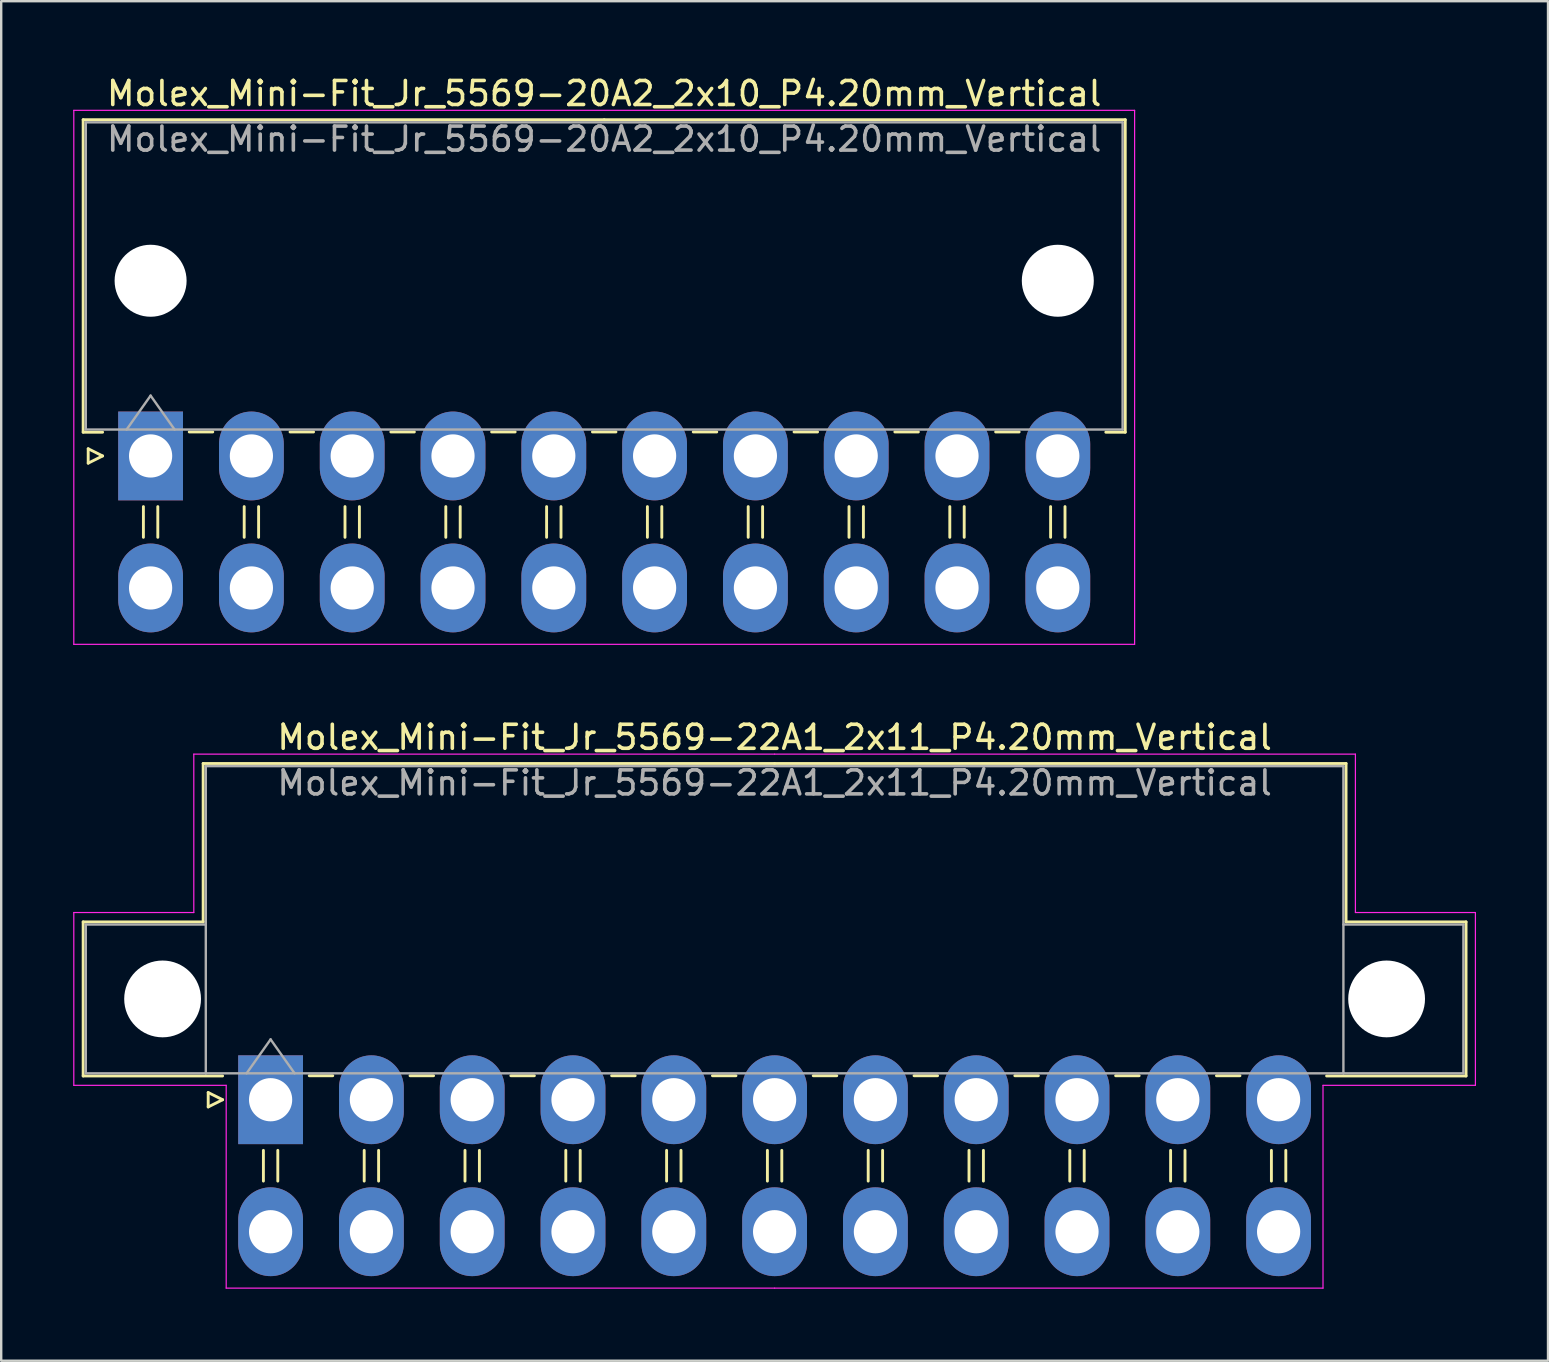
<source format=kicad_pcb>
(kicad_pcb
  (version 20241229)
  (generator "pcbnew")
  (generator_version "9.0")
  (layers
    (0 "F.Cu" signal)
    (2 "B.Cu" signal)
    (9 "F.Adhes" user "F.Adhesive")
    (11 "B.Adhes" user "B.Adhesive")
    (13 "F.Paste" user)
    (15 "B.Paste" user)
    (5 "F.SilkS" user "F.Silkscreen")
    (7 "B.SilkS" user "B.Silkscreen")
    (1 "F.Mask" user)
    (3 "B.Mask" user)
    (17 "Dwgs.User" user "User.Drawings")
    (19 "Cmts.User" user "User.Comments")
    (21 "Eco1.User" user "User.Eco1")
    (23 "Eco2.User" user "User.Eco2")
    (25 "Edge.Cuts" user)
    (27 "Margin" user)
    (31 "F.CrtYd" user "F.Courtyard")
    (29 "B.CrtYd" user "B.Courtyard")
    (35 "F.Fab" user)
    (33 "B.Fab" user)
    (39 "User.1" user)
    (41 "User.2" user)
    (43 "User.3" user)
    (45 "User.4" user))
  (footprint "Molex_Mini-Fit_Jr_5569-22A1_2x11_P4.20mm_Vertical"
    (layer "F.Cu")
    (at 8.225 42.772)
    (property "Reference" "Molex_Mini-Fit_Jr_5569-22A1_2x11_P4.20mm_Vertical" (at 21 -15.1 0) (layer "F.SilkS") (effects (font (size 1 1) (thickness 0.15))))
    (attr through_hole)
    (fp_line (start -7.81 -7.41) (end -7.81 -0.99) (stroke (width 0.12) (type solid)) (layer "F.SilkS"))
    (fp_line (start -7.81 -0.99) (end -2 -0.99) (stroke (width 0.12) (type solid)) (layer "F.SilkS"))
    (fp_line (start -2.81 -14.01) (end -2.81 -7.41) (stroke (width 0.12) (type solid)) (layer "F.SilkS"))
    (fp_line (start -2.81 -7.41) (end -7.81 -7.41) (stroke (width 0.12) (type solid)) (layer "F.SilkS"))
    (fp_line (start -2.6 -0.3) (end -2 0) (stroke (width 0.12) (type solid)) (layer "F.SilkS"))
    (fp_line (start -2.6 0.3) (end -2.6 -0.3) (stroke (width 0.12) (type solid)) (layer "F.SilkS"))
    (fp_line (start -2 0) (end -2.6 0.3) (stroke (width 0.12) (type solid)) (layer "F.SilkS"))
    (fp_line (start -0.3 2.11) (end -0.3 3.39) (stroke (width 0.12) (type solid)) (layer "F.SilkS"))
    (fp_line (start 0.3 2.11) (end 0.3 3.39) (stroke (width 0.12) (type solid)) (layer "F.SilkS"))
    (fp_line (start 1.61 -1) (end 2.59 -1) (stroke (width 0.12) (type solid)) (layer "F.SilkS"))
    (fp_line (start 3.9 2.11) (end 3.9 3.39) (stroke (width 0.12) (type solid)) (layer "F.SilkS"))
    (fp_line (start 4.5 2.11) (end 4.5 3.39) (stroke (width 0.12) (type solid)) (layer "F.SilkS"))
    (fp_line (start 5.81 -1) (end 6.79 -1) (stroke (width 0.12) (type solid)) (layer "F.SilkS"))
    (fp_line (start 8.1 2.11) (end 8.1 3.39) (stroke (width 0.12) (type solid)) (layer "F.SilkS"))
    (fp_line (start 8.7 2.11) (end 8.7 3.39) (stroke (width 0.12) (type solid)) (layer "F.SilkS"))
    (fp_line (start 10.01 -1) (end 10.99 -1) (stroke (width 0.12) (type solid)) (layer "F.SilkS"))
    (fp_line (start 12.3 2.11) (end 12.3 3.39) (stroke (width 0.12) (type solid)) (layer "F.SilkS"))
    (fp_line (start 12.9 2.11) (end 12.9 3.39) (stroke (width 0.12) (type solid)) (layer "F.SilkS"))
    (fp_line (start 14.21 -1) (end 15.19 -1) (stroke (width 0.12) (type solid)) (layer "F.SilkS"))
    (fp_line (start 16.5 2.11) (end 16.5 3.39) (stroke (width 0.12) (type solid)) (layer "F.SilkS"))
    (fp_line (start 17.1 2.11) (end 17.1 3.39) (stroke (width 0.12) (type solid)) (layer "F.SilkS"))
    (fp_line (start 18.41 -1) (end 19.39 -1) (stroke (width 0.12) (type solid)) (layer "F.SilkS"))
    (fp_line (start 20.7 2.11) (end 20.7 3.39) (stroke (width 0.12) (type solid)) (layer "F.SilkS"))
    (fp_line (start 21 -14.01) (end -2.81 -14.01) (stroke (width 0.12) (type solid)) (layer "F.SilkS"))
    (fp_line (start 21 -14.01) (end 44.81 -14.01) (stroke (width 0.12) (type solid)) (layer "F.SilkS"))
    (fp_line (start 21.3 2.11) (end 21.3 3.39) (stroke (width 0.12) (type solid)) (layer "F.SilkS"))
    (fp_line (start 22.61 -1) (end 23.59 -1) (stroke (width 0.12) (type solid)) (layer "F.SilkS"))
    (fp_line (start 24.9 2.11) (end 24.9 3.39) (stroke (width 0.12) (type solid)) (layer "F.SilkS"))
    (fp_line (start 25.5 2.11) (end 25.5 3.39) (stroke (width 0.12) (type solid)) (layer "F.SilkS"))
    (fp_line (start 26.81 -1) (end 27.79 -1) (stroke (width 0.12) (type solid)) (layer "F.SilkS"))
    (fp_line (start 29.1 2.11) (end 29.1 3.39) (stroke (width 0.12) (type solid)) (layer "F.SilkS"))
    (fp_line (start 29.7 2.11) (end 29.7 3.39) (stroke (width 0.12) (type solid)) (layer "F.SilkS"))
    (fp_line (start 31.01 -1) (end 31.99 -1) (stroke (width 0.12) (type solid)) (layer "F.SilkS"))
    (fp_line (start 33.3 2.11) (end 33.3 3.39) (stroke (width 0.12) (type solid)) (layer "F.SilkS"))
    (fp_line (start 33.9 2.11) (end 33.9 3.39) (stroke (width 0.12) (type solid)) (layer "F.SilkS"))
    (fp_line (start 35.21 -1) (end 36.19 -1) (stroke (width 0.12) (type solid)) (layer "F.SilkS"))
    (fp_line (start 37.5 2.11) (end 37.5 3.39) (stroke (width 0.12) (type solid)) (layer "F.SilkS"))
    (fp_line (start 38.1 2.11) (end 38.1 3.39) (stroke (width 0.12) (type solid)) (layer "F.SilkS"))
    (fp_line (start 39.41 -1) (end 40.39 -1) (stroke (width 0.12) (type solid)) (layer "F.SilkS"))
    (fp_line (start 41.7 2.11) (end 41.7 3.39) (stroke (width 0.12) (type solid)) (layer "F.SilkS"))
    (fp_line (start 42.3 2.11) (end 42.3 3.39) (stroke (width 0.12) (type solid)) (layer "F.SilkS"))
    (fp_line (start 44.81 -14.01) (end 44.81 -7.41) (stroke (width 0.12) (type solid)) (layer "F.SilkS"))
    (fp_line (start 44.81 -7.41) (end 49.81 -7.41) (stroke (width 0.12) (type solid)) (layer "F.SilkS"))
    (fp_line (start 49.81 -7.41) (end 49.81 -0.99) (stroke (width 0.12) (type solid)) (layer "F.SilkS"))
    (fp_line (start 49.81 -0.99) (end 44 -0.99) (stroke (width 0.12) (type solid)) (layer "F.SilkS"))
    (fp_line (start -8.2 -7.8) (end -8.2 -0.6) (stroke (width 0.05) (type solid)) (layer "F.CrtYd"))
    (fp_line (start -8.2 -0.6) (end -1.85 -0.6) (stroke (width 0.05) (type solid)) (layer "F.CrtYd"))
    (fp_line (start -3.2 -14.4) (end -3.2 -7.8) (stroke (width 0.05) (type solid)) (layer "F.CrtYd"))
    (fp_line (start -3.2 -7.8) (end -8.2 -7.8) (stroke (width 0.05) (type solid)) (layer "F.CrtYd"))
    (fp_line (start -1.85 -0.6) (end -1.85 7.85) (stroke (width 0.05) (type solid)) (layer "F.CrtYd"))
    (fp_line (start -1.85 7.85) (end 21 7.85) (stroke (width 0.05) (type solid)) (layer "F.CrtYd"))
    (fp_line (start 21 -14.4) (end -3.2 -14.4) (stroke (width 0.05) (type solid)) (layer "F.CrtYd"))
    (fp_line (start 21 -14.4) (end 45.2 -14.4) (stroke (width 0.05) (type solid)) (layer "F.CrtYd"))
    (fp_line (start 43.85 -0.6) (end 43.85 7.85) (stroke (width 0.05) (type solid)) (layer "F.CrtYd"))
    (fp_line (start 43.85 7.85) (end 21 7.85) (stroke (width 0.05) (type solid)) (layer "F.CrtYd"))
    (fp_line (start 45.2 -14.4) (end 45.2 -7.8) (stroke (width 0.05) (type solid)) (layer "F.CrtYd"))
    (fp_line (start 45.2 -7.8) (end 50.2 -7.8) (stroke (width 0.05) (type solid)) (layer "F.CrtYd"))
    (fp_line (start 50.2 -7.8) (end 50.2 -0.6) (stroke (width 0.05) (type solid)) (layer "F.CrtYd"))
    (fp_line (start 50.2 -0.6) (end 43.85 -0.6) (stroke (width 0.05) (type solid)) (layer "F.CrtYd"))
    (fp_line (start -7.7 -7.3) (end -7.7 -1.1) (stroke (width 0.1) (type solid)) (layer "F.Fab"))
    (fp_line (start -7.7 -1.1) (end -2.7 -1.1) (stroke (width 0.1) (type solid)) (layer "F.Fab"))
    (fp_line (start -2.7 -13.9) (end -2.7 -1.1) (stroke (width 0.1) (type solid)) (layer "F.Fab"))
    (fp_line (start -2.7 -7.3) (end -7.7 -7.3) (stroke (width 0.1) (type solid)) (layer "F.Fab"))
    (fp_line (start -2.7 -1.1) (end 44.7 -1.1) (stroke (width 0.1) (type solid)) (layer "F.Fab"))
    (fp_line (start -1 -1.1) (end 0 -2.514) (stroke (width 0.1) (type solid)) (layer "F.Fab"))
    (fp_line (start 0 -2.514) (end 1 -1.1) (stroke (width 0.1) (type solid)) (layer "F.Fab"))
    (fp_line (start 44.7 -13.9) (end -2.7 -13.9) (stroke (width 0.1) (type solid)) (layer "F.Fab"))
    (fp_line (start 44.7 -7.3) (end 49.7 -7.3) (stroke (width 0.1) (type solid)) (layer "F.Fab"))
    (fp_line (start 44.7 -1.1) (end 44.7 -13.9) (stroke (width 0.1) (type solid)) (layer "F.Fab"))
    (fp_line (start 49.7 -7.3) (end 49.7 -1.1) (stroke (width 0.1) (type solid)) (layer "F.Fab"))
    (fp_line (start 49.7 -1.1) (end 44.7 -1.1) (stroke (width 0.1) (type solid)) (layer "F.Fab"))
    (fp_text user "${REFERENCE}" (at 21 -13.2 0) (layer "F.Fab") (effects (font (size 1 1) (thickness 0.15))))
    (pad "" np_thru_hole circle (at -4.5 -4.2) (size 3.2 3.2) (drill 3.2) (layers "*.Cu" "*.Mask"))
    (pad "" np_thru_hole circle (at 46.5 -4.2) (size 3.2 3.2) (drill 3.2) (layers "*.Cu" "*.Mask"))
    (pad "1" thru_hole rect (at 0 0) (size 2.7 3.7) (drill 1.8) (layers "*.Cu" "*.Mask"))
    (pad "2" thru_hole oval (at 4.2 0) (size 2.7 3.7) (drill 1.8) (layers "*.Cu" "*.Mask"))
    (pad "3" thru_hole oval (at 8.4 0) (size 2.7 3.7) (drill 1.8) (layers "*.Cu" "*.Mask"))
    (pad "4" thru_hole oval (at 12.6 0) (size 2.7 3.7) (drill 1.8) (layers "*.Cu" "*.Mask"))
    (pad "5" thru_hole oval (at 16.8 0) (size 2.7 3.7) (drill 1.8) (layers "*.Cu" "*.Mask"))
    (pad "6" thru_hole oval (at 21 0) (size 2.7 3.7) (drill 1.8) (layers "*.Cu" "*.Mask"))
    (pad "7" thru_hole oval (at 25.2 0) (size 2.7 3.7) (drill 1.8) (layers "*.Cu" "*.Mask"))
    (pad "8" thru_hole oval (at 29.4 0) (size 2.7 3.7) (drill 1.8) (layers "*.Cu" "*.Mask"))
    (pad "9" thru_hole oval (at 33.6 0) (size 2.7 3.7) (drill 1.8) (layers "*.Cu" "*.Mask"))
    (pad "10" thru_hole oval (at 37.8 0) (size 2.7 3.7) (drill 1.8) (layers "*.Cu" "*.Mask"))
    (pad "11" thru_hole oval (at 42 0) (size 2.7 3.7) (drill 1.8) (layers "*.Cu" "*.Mask"))
    (pad "12" thru_hole oval (at 0 5.5) (size 2.7 3.7) (drill 1.8) (layers "*.Cu" "*.Mask"))
    (pad "13" thru_hole oval (at 4.2 5.5) (size 2.7 3.7) (drill 1.8) (layers "*.Cu" "*.Mask"))
    (pad "14" thru_hole oval (at 8.4 5.5) (size 2.7 3.7) (drill 1.8) (layers "*.Cu" "*.Mask"))
    (pad "15" thru_hole oval (at 12.6 5.5) (size 2.7 3.7) (drill 1.8) (layers "*.Cu" "*.Mask"))
    (pad "16" thru_hole oval (at 16.8 5.5) (size 2.7 3.7) (drill 1.8) (layers "*.Cu" "*.Mask"))
    (pad "17" thru_hole oval (at 21 5.5) (size 2.7 3.7) (drill 1.8) (layers "*.Cu" "*.Mask"))
    (pad "18" thru_hole oval (at 25.2 5.5) (size 2.7 3.7) (drill 1.8) (layers "*.Cu" "*.Mask"))
    (pad "19" thru_hole oval (at 29.4 5.5) (size 2.7 3.7) (drill 1.8) (layers "*.Cu" "*.Mask"))
    (pad "20" thru_hole oval (at 33.6 5.5) (size 2.7 3.7) (drill 1.8) (layers "*.Cu" "*.Mask"))
    (pad "21" thru_hole oval (at 37.8 5.5) (size 2.7 3.7) (drill 1.8) (layers "*.Cu" "*.Mask"))
    (pad "22" thru_hole oval (at 42 5.5) (size 2.7 3.7) (drill 1.8) (layers "*.Cu" "*.Mask")))
  (footprint "Molex_Mini-Fit_Jr_5569-20A2_2x10_P4.20mm_Vertical"
    (layer "F.Cu")
    (at 3.225 15.948)
    (property "Reference" "Molex_Mini-Fit_Jr_5569-20A2_2x10_P4.20mm_Vertical" (at 18.9 -15.1 0) (layer "F.SilkS") (effects (font (size 1 1) (thickness 0.15))))
    (attr through_hole)
    (fp_line (start -2.81 -14.01) (end 18.9 -14.01) (stroke (width 0.12) (type solid)) (layer "F.SilkS"))
    (fp_line (start -2.81 -0.99) (end -2.81 -14.01) (stroke (width 0.12) (type solid)) (layer "F.SilkS"))
    (fp_line (start -2.6 -0.3) (end -2 0) (stroke (width 0.12) (type solid)) (layer "F.SilkS"))
    (fp_line (start -2.6 0.3) (end -2.6 -0.3) (stroke (width 0.12) (type solid)) (layer "F.SilkS"))
    (fp_line (start -2 -0.99) (end -2.81 -0.99) (stroke (width 0.12) (type solid)) (layer "F.SilkS"))
    (fp_line (start -2 0) (end -2.6 0.3) (stroke (width 0.12) (type solid)) (layer "F.SilkS"))
    (fp_line (start -0.3 2.11) (end -0.3 3.39) (stroke (width 0.12) (type solid)) (layer "F.SilkS"))
    (fp_line (start 0.3 2.11) (end 0.3 3.39) (stroke (width 0.12) (type solid)) (layer "F.SilkS"))
    (fp_line (start 1.61 -1) (end 2.59 -1) (stroke (width 0.12) (type solid)) (layer "F.SilkS"))
    (fp_line (start 3.9 2.11) (end 3.9 3.39) (stroke (width 0.12) (type solid)) (layer "F.SilkS"))
    (fp_line (start 4.5 2.11) (end 4.5 3.39) (stroke (width 0.12) (type solid)) (layer "F.SilkS"))
    (fp_line (start 5.81 -1) (end 6.79 -1) (stroke (width 0.12) (type solid)) (layer "F.SilkS"))
    (fp_line (start 8.1 2.11) (end 8.1 3.39) (stroke (width 0.12) (type solid)) (layer "F.SilkS"))
    (fp_line (start 8.7 2.11) (end 8.7 3.39) (stroke (width 0.12) (type solid)) (layer "F.SilkS"))
    (fp_line (start 10.01 -1) (end 10.99 -1) (stroke (width 0.12) (type solid)) (layer "F.SilkS"))
    (fp_line (start 12.3 2.11) (end 12.3 3.39) (stroke (width 0.12) (type solid)) (layer "F.SilkS"))
    (fp_line (start 12.9 2.11) (end 12.9 3.39) (stroke (width 0.12) (type solid)) (layer "F.SilkS"))
    (fp_line (start 14.21 -1) (end 15.19 -1) (stroke (width 0.12) (type solid)) (layer "F.SilkS"))
    (fp_line (start 16.5 2.11) (end 16.5 3.39) (stroke (width 0.12) (type solid)) (layer "F.SilkS"))
    (fp_line (start 17.1 2.11) (end 17.1 3.39) (stroke (width 0.12) (type solid)) (layer "F.SilkS"))
    (fp_line (start 18.41 -1) (end 19.39 -1) (stroke (width 0.12) (type solid)) (layer "F.SilkS"))
    (fp_line (start 20.7 2.11) (end 20.7 3.39) (stroke (width 0.12) (type solid)) (layer "F.SilkS"))
    (fp_line (start 21.3 2.11) (end 21.3 3.39) (stroke (width 0.12) (type solid)) (layer "F.SilkS"))
    (fp_line (start 22.61 -1) (end 23.59 -1) (stroke (width 0.12) (type solid)) (layer "F.SilkS"))
    (fp_line (start 24.9 2.11) (end 24.9 3.39) (stroke (width 0.12) (type solid)) (layer "F.SilkS"))
    (fp_line (start 25.5 2.11) (end 25.5 3.39) (stroke (width 0.12) (type solid)) (layer "F.SilkS"))
    (fp_line (start 26.81 -1) (end 27.79 -1) (stroke (width 0.12) (type solid)) (layer "F.SilkS"))
    (fp_line (start 29.1 2.11) (end 29.1 3.39) (stroke (width 0.12) (type solid)) (layer "F.SilkS"))
    (fp_line (start 29.7 2.11) (end 29.7 3.39) (stroke (width 0.12) (type solid)) (layer "F.SilkS"))
    (fp_line (start 31.01 -1) (end 31.99 -1) (stroke (width 0.12) (type solid)) (layer "F.SilkS"))
    (fp_line (start 33.3 2.11) (end 33.3 3.39) (stroke (width 0.12) (type solid)) (layer "F.SilkS"))
    (fp_line (start 33.9 2.11) (end 33.9 3.39) (stroke (width 0.12) (type solid)) (layer "F.SilkS"))
    (fp_line (start 35.21 -1) (end 36.19 -1) (stroke (width 0.12) (type solid)) (layer "F.SilkS"))
    (fp_line (start 37.5 2.11) (end 37.5 3.39) (stroke (width 0.12) (type solid)) (layer "F.SilkS"))
    (fp_line (start 38.1 2.11) (end 38.1 3.39) (stroke (width 0.12) (type solid)) (layer "F.SilkS"))
    (fp_line (start 39.8 -0.99) (end 40.61 -0.99) (stroke (width 0.12) (type solid)) (layer "F.SilkS"))
    (fp_line (start 40.61 -14.01) (end 18.9 -14.01) (stroke (width 0.12) (type solid)) (layer "F.SilkS"))
    (fp_line (start 40.61 -0.99) (end 40.61 -14.01) (stroke (width 0.12) (type solid)) (layer "F.SilkS"))
    (fp_line (start -3.2 -14.4) (end -3.2 7.85) (stroke (width 0.05) (type solid)) (layer "F.CrtYd"))
    (fp_line (start -3.2 7.85) (end 41 7.85) (stroke (width 0.05) (type solid)) (layer "F.CrtYd"))
    (fp_line (start 41 -14.4) (end -3.2 -14.4) (stroke (width 0.05) (type solid)) (layer "F.CrtYd"))
    (fp_line (start 41 7.85) (end 41 -14.4) (stroke (width 0.05) (type solid)) (layer "F.CrtYd"))
    (fp_line (start -2.7 -13.9) (end -2.7 -1.1) (stroke (width 0.1) (type solid)) (layer "F.Fab"))
    (fp_line (start -2.7 -1.1) (end 40.5 -1.1) (stroke (width 0.1) (type solid)) (layer "F.Fab"))
    (fp_line (start -1 -1.1) (end 0 -2.514) (stroke (width 0.1) (type solid)) (layer "F.Fab"))
    (fp_line (start 0 -2.514) (end 1 -1.1) (stroke (width 0.1) (type solid)) (layer "F.Fab"))
    (fp_line (start 40.5 -13.9) (end -2.7 -13.9) (stroke (width 0.1) (type solid)) (layer "F.Fab"))
    (fp_line (start 40.5 -1.1) (end 40.5 -13.9) (stroke (width 0.1) (type solid)) (layer "F.Fab"))
    (fp_text user "${REFERENCE}" (at 18.9 -13.2 0) (layer "F.Fab") (effects (font (size 1 1) (thickness 0.15))))
    (pad "" np_thru_hole circle (at 0 -7.3) (size 3 3) (drill 3) (layers "*.Cu" "*.Mask"))
    (pad "" np_thru_hole circle (at 37.8 -7.3) (size 3 3) (drill 3) (layers "*.Cu" "*.Mask"))
    (pad "1" thru_hole rect (at 0 0) (size 2.7 3.7) (drill 1.8) (layers "*.Cu" "*.Mask"))
    (pad "2" thru_hole oval (at 4.2 0) (size 2.7 3.7) (drill 1.8) (layers "*.Cu" "*.Mask"))
    (pad "3" thru_hole oval (at 8.4 0) (size 2.7 3.7) (drill 1.8) (layers "*.Cu" "*.Mask"))
    (pad "4" thru_hole oval (at 12.6 0) (size 2.7 3.7) (drill 1.8) (layers "*.Cu" "*.Mask"))
    (pad "5" thru_hole oval (at 16.8 0) (size 2.7 3.7) (drill 1.8) (layers "*.Cu" "*.Mask"))
    (pad "6" thru_hole oval (at 21 0) (size 2.7 3.7) (drill 1.8) (layers "*.Cu" "*.Mask"))
    (pad "7" thru_hole oval (at 25.2 0) (size 2.7 3.7) (drill 1.8) (layers "*.Cu" "*.Mask"))
    (pad "8" thru_hole oval (at 29.4 0) (size 2.7 3.7) (drill 1.8) (layers "*.Cu" "*.Mask"))
    (pad "9" thru_hole oval (at 33.6 0) (size 2.7 3.7) (drill 1.8) (layers "*.Cu" "*.Mask"))
    (pad "10" thru_hole oval (at 37.8 0) (size 2.7 3.7) (drill 1.8) (layers "*.Cu" "*.Mask"))
    (pad "11" thru_hole oval (at 0 5.5) (size 2.7 3.7) (drill 1.8) (layers "*.Cu" "*.Mask"))
    (pad "12" thru_hole oval (at 4.2 5.5) (size 2.7 3.7) (drill 1.8) (layers "*.Cu" "*.Mask"))
    (pad "13" thru_hole oval (at 8.4 5.5) (size 2.7 3.7) (drill 1.8) (layers "*.Cu" "*.Mask"))
    (pad "14" thru_hole oval (at 12.6 5.5) (size 2.7 3.7) (drill 1.8) (layers "*.Cu" "*.Mask"))
    (pad "15" thru_hole oval (at 16.8 5.5) (size 2.7 3.7) (drill 1.8) (layers "*.Cu" "*.Mask"))
    (pad "16" thru_hole oval (at 21 5.5) (size 2.7 3.7) (drill 1.8) (layers "*.Cu" "*.Mask"))
    (pad "17" thru_hole oval (at 25.2 5.5) (size 2.7 3.7) (drill 1.8) (layers "*.Cu" "*.Mask"))
    (pad "18" thru_hole oval (at 29.4 5.5) (size 2.7 3.7) (drill 1.8) (layers "*.Cu" "*.Mask"))
    (pad "19" thru_hole oval (at 33.6 5.5) (size 2.7 3.7) (drill 1.8) (layers "*.Cu" "*.Mask"))
    (pad "20" thru_hole oval (at 37.8 5.5) (size 2.7 3.7) (drill 1.8) (layers "*.Cu" "*.Mask")))
  (gr_rect
    (start -3 -3)
    (end 61.45 53.647)
    (stroke (width 0.1) (type default))
    (fill no)
    (layer "Edge.Cuts")))
</source>
